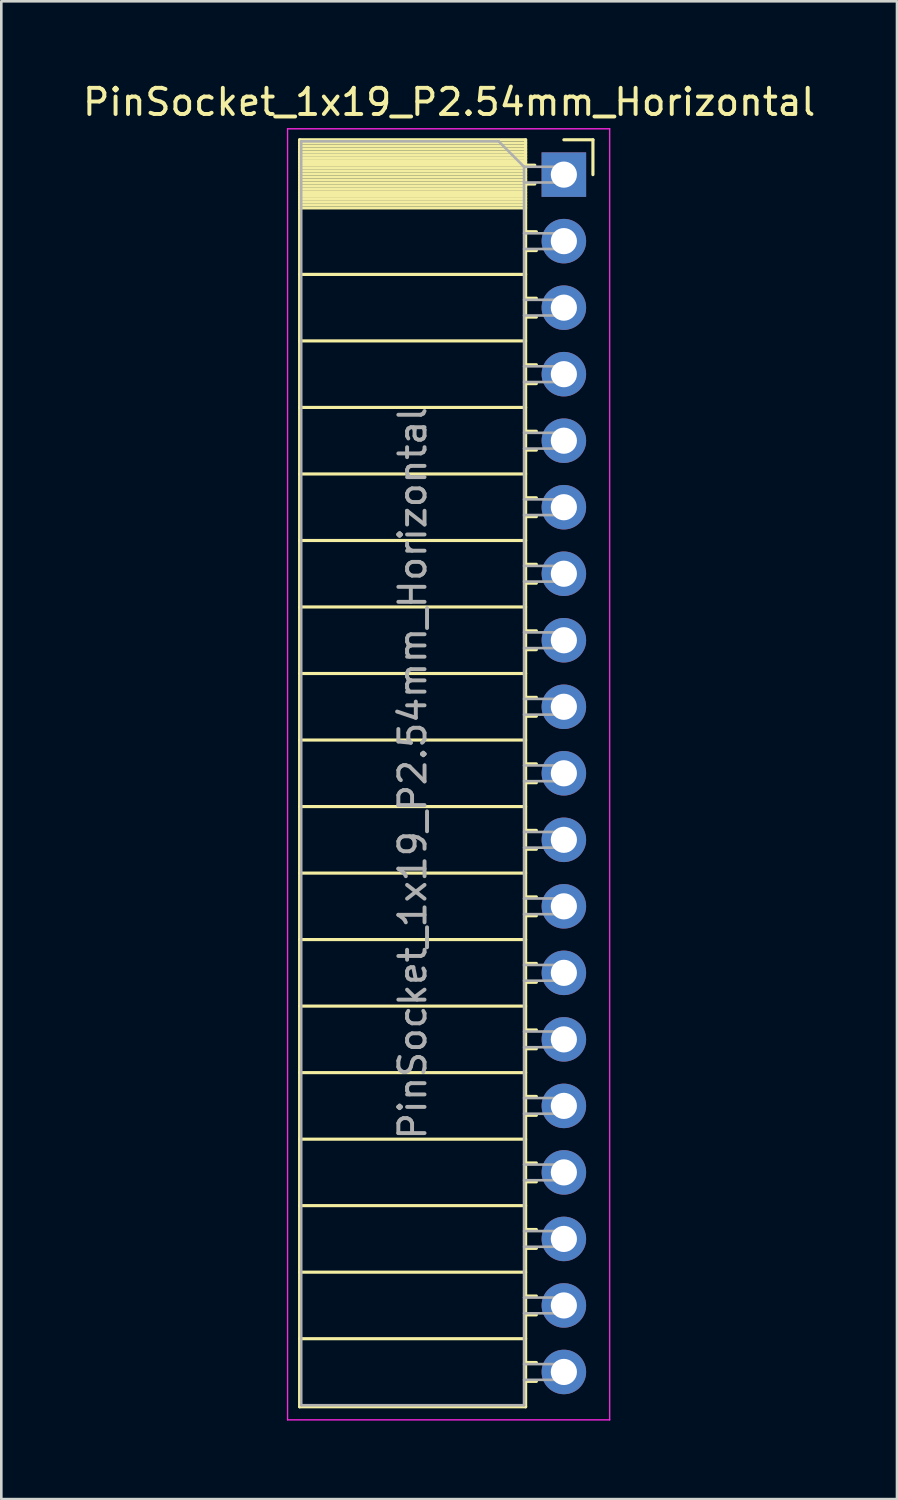
<source format=kicad_pcb>
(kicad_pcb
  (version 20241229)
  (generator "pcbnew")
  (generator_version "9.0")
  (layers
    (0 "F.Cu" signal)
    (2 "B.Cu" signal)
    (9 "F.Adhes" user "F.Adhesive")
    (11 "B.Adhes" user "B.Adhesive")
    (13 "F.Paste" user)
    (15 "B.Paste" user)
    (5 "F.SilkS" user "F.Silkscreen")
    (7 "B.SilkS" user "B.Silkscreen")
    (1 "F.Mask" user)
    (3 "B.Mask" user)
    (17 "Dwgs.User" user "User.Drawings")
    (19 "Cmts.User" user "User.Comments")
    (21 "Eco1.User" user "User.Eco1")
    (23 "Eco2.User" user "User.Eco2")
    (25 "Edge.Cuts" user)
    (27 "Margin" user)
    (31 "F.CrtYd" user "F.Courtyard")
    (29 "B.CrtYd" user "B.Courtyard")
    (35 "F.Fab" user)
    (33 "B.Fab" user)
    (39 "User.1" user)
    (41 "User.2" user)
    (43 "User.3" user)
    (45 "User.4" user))
  (footprint "PinSocket_1x19_P2.54mm_Horizontal"
    (layer "F.Cu")
    (at 18.481 3.618)
    (property "Reference" "PinSocket_1x19_P2.54mm_Horizontal" (at -4.38 -2.77 0) (layer "F.SilkS") (effects (font (size 1 1) (thickness 0.15))))
    (attr through_hole)
    (fp_line (start -10.09 -1.33) (end -10.09 47.05) (stroke (width 0.12) (type solid)) (layer "F.SilkS"))
    (fp_line (start -10.09 -1.33) (end -1.46 -1.33) (stroke (width 0.12) (type solid)) (layer "F.SilkS"))
    (fp_line (start -10.09 -1.21) (end -1.46 -1.21) (stroke (width 0.12) (type solid)) (layer "F.SilkS"))
    (fp_line (start -10.09 -1.092) (end -1.46 -1.092) (stroke (width 0.12) (type solid)) (layer "F.SilkS"))
    (fp_line (start -10.09 -0.974) (end -1.46 -0.974) (stroke (width 0.12) (type solid)) (layer "F.SilkS"))
    (fp_line (start -10.09 -0.856) (end -1.46 -0.856) (stroke (width 0.12) (type solid)) (layer "F.SilkS"))
    (fp_line (start -10.09 -0.738) (end -1.46 -0.738) (stroke (width 0.12) (type solid)) (layer "F.SilkS"))
    (fp_line (start -10.09 -0.62) (end -1.46 -0.62) (stroke (width 0.12) (type solid)) (layer "F.SilkS"))
    (fp_line (start -10.09 -0.501) (end -1.46 -0.501) (stroke (width 0.12) (type solid)) (layer "F.SilkS"))
    (fp_line (start -10.09 -0.383) (end -1.46 -0.383) (stroke (width 0.12) (type solid)) (layer "F.SilkS"))
    (fp_line (start -10.09 -0.265) (end -1.46 -0.265) (stroke (width 0.12) (type solid)) (layer "F.SilkS"))
    (fp_line (start -10.09 -0.147) (end -1.46 -0.147) (stroke (width 0.12) (type solid)) (layer "F.SilkS"))
    (fp_line (start -10.09 -0.029) (end -1.46 -0.029) (stroke (width 0.12) (type solid)) (layer "F.SilkS"))
    (fp_line (start -10.09 0.089) (end -1.46 0.089) (stroke (width 0.12) (type solid)) (layer "F.SilkS"))
    (fp_line (start -10.09 0.207) (end -1.46 0.207) (stroke (width 0.12) (type solid)) (layer "F.SilkS"))
    (fp_line (start -10.09 0.325) (end -1.46 0.325) (stroke (width 0.12) (type solid)) (layer "F.SilkS"))
    (fp_line (start -10.09 0.443) (end -1.46 0.443) (stroke (width 0.12) (type solid)) (layer "F.SilkS"))
    (fp_line (start -10.09 0.561) (end -1.46 0.561) (stroke (width 0.12) (type solid)) (layer "F.SilkS"))
    (fp_line (start -10.09 0.68) (end -1.46 0.68) (stroke (width 0.12) (type solid)) (layer "F.SilkS"))
    (fp_line (start -10.09 0.798) (end -1.46 0.798) (stroke (width 0.12) (type solid)) (layer "F.SilkS"))
    (fp_line (start -10.09 0.916) (end -1.46 0.916) (stroke (width 0.12) (type solid)) (layer "F.SilkS"))
    (fp_line (start -10.09 1.034) (end -1.46 1.034) (stroke (width 0.12) (type solid)) (layer "F.SilkS"))
    (fp_line (start -10.09 1.152) (end -1.46 1.152) (stroke (width 0.12) (type solid)) (layer "F.SilkS"))
    (fp_line (start -10.09 1.27) (end -1.46 1.27) (stroke (width 0.12) (type solid)) (layer "F.SilkS"))
    (fp_line (start -10.09 3.81) (end -1.46 3.81) (stroke (width 0.12) (type solid)) (layer "F.SilkS"))
    (fp_line (start -10.09 6.35) (end -1.46 6.35) (stroke (width 0.12) (type solid)) (layer "F.SilkS"))
    (fp_line (start -10.09 8.89) (end -1.46 8.89) (stroke (width 0.12) (type solid)) (layer "F.SilkS"))
    (fp_line (start -10.09 11.43) (end -1.46 11.43) (stroke (width 0.12) (type solid)) (layer "F.SilkS"))
    (fp_line (start -10.09 13.97) (end -1.46 13.97) (stroke (width 0.12) (type solid)) (layer "F.SilkS"))
    (fp_line (start -10.09 16.51) (end -1.46 16.51) (stroke (width 0.12) (type solid)) (layer "F.SilkS"))
    (fp_line (start -10.09 19.05) (end -1.46 19.05) (stroke (width 0.12) (type solid)) (layer "F.SilkS"))
    (fp_line (start -10.09 21.59) (end -1.46 21.59) (stroke (width 0.12) (type solid)) (layer "F.SilkS"))
    (fp_line (start -10.09 24.13) (end -1.46 24.13) (stroke (width 0.12) (type solid)) (layer "F.SilkS"))
    (fp_line (start -10.09 26.67) (end -1.46 26.67) (stroke (width 0.12) (type solid)) (layer "F.SilkS"))
    (fp_line (start -10.09 29.21) (end -1.46 29.21) (stroke (width 0.12) (type solid)) (layer "F.SilkS"))
    (fp_line (start -10.09 31.75) (end -1.46 31.75) (stroke (width 0.12) (type solid)) (layer "F.SilkS"))
    (fp_line (start -10.09 34.29) (end -1.46 34.29) (stroke (width 0.12) (type solid)) (layer "F.SilkS"))
    (fp_line (start -10.09 36.83) (end -1.46 36.83) (stroke (width 0.12) (type solid)) (layer "F.SilkS"))
    (fp_line (start -10.09 39.37) (end -1.46 39.37) (stroke (width 0.12) (type solid)) (layer "F.SilkS"))
    (fp_line (start -10.09 41.91) (end -1.46 41.91) (stroke (width 0.12) (type solid)) (layer "F.SilkS"))
    (fp_line (start -10.09 44.45) (end -1.46 44.45) (stroke (width 0.12) (type solid)) (layer "F.SilkS"))
    (fp_line (start -10.09 47.05) (end -1.46 47.05) (stroke (width 0.12) (type solid)) (layer "F.SilkS"))
    (fp_line (start -1.46 -1.33) (end -1.46 47.05) (stroke (width 0.12) (type solid)) (layer "F.SilkS"))
    (fp_line (start -1.46 -0.36) (end -1.11 -0.36) (stroke (width 0.12) (type solid)) (layer "F.SilkS"))
    (fp_line (start -1.46 0.36) (end -1.11 0.36) (stroke (width 0.12) (type solid)) (layer "F.SilkS"))
    (fp_line (start -1.46 2.18) (end -1.05 2.18) (stroke (width 0.12) (type solid)) (layer "F.SilkS"))
    (fp_line (start -1.46 2.9) (end -1.05 2.9) (stroke (width 0.12) (type solid)) (layer "F.SilkS"))
    (fp_line (start -1.46 4.72) (end -1.05 4.72) (stroke (width 0.12) (type solid)) (layer "F.SilkS"))
    (fp_line (start -1.46 5.44) (end -1.05 5.44) (stroke (width 0.12) (type solid)) (layer "F.SilkS"))
    (fp_line (start -1.46 7.26) (end -1.05 7.26) (stroke (width 0.12) (type solid)) (layer "F.SilkS"))
    (fp_line (start -1.46 7.98) (end -1.05 7.98) (stroke (width 0.12) (type solid)) (layer "F.SilkS"))
    (fp_line (start -1.46 9.8) (end -1.05 9.8) (stroke (width 0.12) (type solid)) (layer "F.SilkS"))
    (fp_line (start -1.46 10.52) (end -1.05 10.52) (stroke (width 0.12) (type solid)) (layer "F.SilkS"))
    (fp_line (start -1.46 12.34) (end -1.05 12.34) (stroke (width 0.12) (type solid)) (layer "F.SilkS"))
    (fp_line (start -1.46 13.06) (end -1.05 13.06) (stroke (width 0.12) (type solid)) (layer "F.SilkS"))
    (fp_line (start -1.46 14.88) (end -1.05 14.88) (stroke (width 0.12) (type solid)) (layer "F.SilkS"))
    (fp_line (start -1.46 15.6) (end -1.05 15.6) (stroke (width 0.12) (type solid)) (layer "F.SilkS"))
    (fp_line (start -1.46 17.42) (end -1.05 17.42) (stroke (width 0.12) (type solid)) (layer "F.SilkS"))
    (fp_line (start -1.46 18.14) (end -1.05 18.14) (stroke (width 0.12) (type solid)) (layer "F.SilkS"))
    (fp_line (start -1.46 19.96) (end -1.05 19.96) (stroke (width 0.12) (type solid)) (layer "F.SilkS"))
    (fp_line (start -1.46 20.68) (end -1.05 20.68) (stroke (width 0.12) (type solid)) (layer "F.SilkS"))
    (fp_line (start -1.46 22.5) (end -1.05 22.5) (stroke (width 0.12) (type solid)) (layer "F.SilkS"))
    (fp_line (start -1.46 23.22) (end -1.05 23.22) (stroke (width 0.12) (type solid)) (layer "F.SilkS"))
    (fp_line (start -1.46 25.04) (end -1.05 25.04) (stroke (width 0.12) (type solid)) (layer "F.SilkS"))
    (fp_line (start -1.46 25.76) (end -1.05 25.76) (stroke (width 0.12) (type solid)) (layer "F.SilkS"))
    (fp_line (start -1.46 27.58) (end -1.05 27.58) (stroke (width 0.12) (type solid)) (layer "F.SilkS"))
    (fp_line (start -1.46 28.3) (end -1.05 28.3) (stroke (width 0.12) (type solid)) (layer "F.SilkS"))
    (fp_line (start -1.46 30.12) (end -1.05 30.12) (stroke (width 0.12) (type solid)) (layer "F.SilkS"))
    (fp_line (start -1.46 30.84) (end -1.05 30.84) (stroke (width 0.12) (type solid)) (layer "F.SilkS"))
    (fp_line (start -1.46 32.66) (end -1.05 32.66) (stroke (width 0.12) (type solid)) (layer "F.SilkS"))
    (fp_line (start -1.46 33.38) (end -1.05 33.38) (stroke (width 0.12) (type solid)) (layer "F.SilkS"))
    (fp_line (start -1.46 35.2) (end -1.05 35.2) (stroke (width 0.12) (type solid)) (layer "F.SilkS"))
    (fp_line (start -1.46 35.92) (end -1.05 35.92) (stroke (width 0.12) (type solid)) (layer "F.SilkS"))
    (fp_line (start -1.46 37.74) (end -1.05 37.74) (stroke (width 0.12) (type solid)) (layer "F.SilkS"))
    (fp_line (start -1.46 38.46) (end -1.05 38.46) (stroke (width 0.12) (type solid)) (layer "F.SilkS"))
    (fp_line (start -1.46 40.28) (end -1.05 40.28) (stroke (width 0.12) (type solid)) (layer "F.SilkS"))
    (fp_line (start -1.46 41) (end -1.05 41) (stroke (width 0.12) (type solid)) (layer "F.SilkS"))
    (fp_line (start -1.46 42.82) (end -1.05 42.82) (stroke (width 0.12) (type solid)) (layer "F.SilkS"))
    (fp_line (start -1.46 43.54) (end -1.05 43.54) (stroke (width 0.12) (type solid)) (layer "F.SilkS"))
    (fp_line (start -1.46 45.36) (end -1.05 45.36) (stroke (width 0.12) (type solid)) (layer "F.SilkS"))
    (fp_line (start -1.46 46.08) (end -1.05 46.08) (stroke (width 0.12) (type solid)) (layer "F.SilkS"))
    (fp_line (start 0 -1.33) (end 1.11 -1.33) (stroke (width 0.12) (type solid)) (layer "F.SilkS"))
    (fp_line (start 1.11 -1.33) (end 1.11 0) (stroke (width 0.12) (type solid)) (layer "F.SilkS"))
    (fp_line (start -10.55 -1.75) (end -10.55 47.55) (stroke (width 0.05) (type solid)) (layer "F.CrtYd"))
    (fp_line (start -10.55 47.55) (end 1.75 47.55) (stroke (width 0.05) (type solid)) (layer "F.CrtYd"))
    (fp_line (start 1.75 -1.75) (end -10.55 -1.75) (stroke (width 0.05) (type solid)) (layer "F.CrtYd"))
    (fp_line (start 1.75 47.55) (end 1.75 -1.75) (stroke (width 0.05) (type solid)) (layer "F.CrtYd"))
    (fp_line (start -10.03 -1.27) (end -2.49 -1.27) (stroke (width 0.1) (type solid)) (layer "F.Fab"))
    (fp_line (start -10.03 46.99) (end -10.03 -1.27) (stroke (width 0.1) (type solid)) (layer "F.Fab"))
    (fp_line (start -2.49 -1.27) (end -1.52 -0.3) (stroke (width 0.1) (type solid)) (layer "F.Fab"))
    (fp_line (start -1.52 -0.3) (end -1.52 46.99) (stroke (width 0.1) (type solid)) (layer "F.Fab"))
    (fp_line (start -1.52 0.3) (end 0 0.3) (stroke (width 0.1) (type solid)) (layer "F.Fab"))
    (fp_line (start -1.52 2.84) (end 0 2.84) (stroke (width 0.1) (type solid)) (layer "F.Fab"))
    (fp_line (start -1.52 5.38) (end 0 5.38) (stroke (width 0.1) (type solid)) (layer "F.Fab"))
    (fp_line (start -1.52 7.92) (end 0 7.92) (stroke (width 0.1) (type solid)) (layer "F.Fab"))
    (fp_line (start -1.52 10.46) (end 0 10.46) (stroke (width 0.1) (type solid)) (layer "F.Fab"))
    (fp_line (start -1.52 13) (end 0 13) (stroke (width 0.1) (type solid)) (layer "F.Fab"))
    (fp_line (start -1.52 15.54) (end 0 15.54) (stroke (width 0.1) (type solid)) (layer "F.Fab"))
    (fp_line (start -1.52 18.08) (end 0 18.08) (stroke (width 0.1) (type solid)) (layer "F.Fab"))
    (fp_line (start -1.52 20.62) (end 0 20.62) (stroke (width 0.1) (type solid)) (layer "F.Fab"))
    (fp_line (start -1.52 23.16) (end 0 23.16) (stroke (width 0.1) (type solid)) (layer "F.Fab"))
    (fp_line (start -1.52 25.7) (end 0 25.7) (stroke (width 0.1) (type solid)) (layer "F.Fab"))
    (fp_line (start -1.52 28.24) (end 0 28.24) (stroke (width 0.1) (type solid)) (layer "F.Fab"))
    (fp_line (start -1.52 30.78) (end 0 30.78) (stroke (width 0.1) (type solid)) (layer "F.Fab"))
    (fp_line (start -1.52 33.32) (end 0 33.32) (stroke (width 0.1) (type solid)) (layer "F.Fab"))
    (fp_line (start -1.52 35.86) (end 0 35.86) (stroke (width 0.1) (type solid)) (layer "F.Fab"))
    (fp_line (start -1.52 38.4) (end 0 38.4) (stroke (width 0.1) (type solid)) (layer "F.Fab"))
    (fp_line (start -1.52 40.94) (end 0 40.94) (stroke (width 0.1) (type solid)) (layer "F.Fab"))
    (fp_line (start -1.52 43.48) (end 0 43.48) (stroke (width 0.1) (type solid)) (layer "F.Fab"))
    (fp_line (start -1.52 46.02) (end 0 46.02) (stroke (width 0.1) (type solid)) (layer "F.Fab"))
    (fp_line (start -1.52 46.99) (end -10.03 46.99) (stroke (width 0.1) (type solid)) (layer "F.Fab"))
    (fp_line (start 0 -0.3) (end -1.52 -0.3) (stroke (width 0.1) (type solid)) (layer "F.Fab"))
    (fp_line (start 0 0.3) (end 0 -0.3) (stroke (width 0.1) (type solid)) (layer "F.Fab"))
    (fp_line (start 0 2.24) (end -1.52 2.24) (stroke (width 0.1) (type solid)) (layer "F.Fab"))
    (fp_line (start 0 2.84) (end 0 2.24) (stroke (width 0.1) (type solid)) (layer "F.Fab"))
    (fp_line (start 0 4.78) (end -1.52 4.78) (stroke (width 0.1) (type solid)) (layer "F.Fab"))
    (fp_line (start 0 5.38) (end 0 4.78) (stroke (width 0.1) (type solid)) (layer "F.Fab"))
    (fp_line (start 0 7.32) (end -1.52 7.32) (stroke (width 0.1) (type solid)) (layer "F.Fab"))
    (fp_line (start 0 7.92) (end 0 7.32) (stroke (width 0.1) (type solid)) (layer "F.Fab"))
    (fp_line (start 0 9.86) (end -1.52 9.86) (stroke (width 0.1) (type solid)) (layer "F.Fab"))
    (fp_line (start 0 10.46) (end 0 9.86) (stroke (width 0.1) (type solid)) (layer "F.Fab"))
    (fp_line (start 0 12.4) (end -1.52 12.4) (stroke (width 0.1) (type solid)) (layer "F.Fab"))
    (fp_line (start 0 13) (end 0 12.4) (stroke (width 0.1) (type solid)) (layer "F.Fab"))
    (fp_line (start 0 14.94) (end -1.52 14.94) (stroke (width 0.1) (type solid)) (layer "F.Fab"))
    (fp_line (start 0 15.54) (end 0 14.94) (stroke (width 0.1) (type solid)) (layer "F.Fab"))
    (fp_line (start 0 17.48) (end -1.52 17.48) (stroke (width 0.1) (type solid)) (layer "F.Fab"))
    (fp_line (start 0 18.08) (end 0 17.48) (stroke (width 0.1) (type solid)) (layer "F.Fab"))
    (fp_line (start 0 20.02) (end -1.52 20.02) (stroke (width 0.1) (type solid)) (layer "F.Fab"))
    (fp_line (start 0 20.62) (end 0 20.02) (stroke (width 0.1) (type solid)) (layer "F.Fab"))
    (fp_line (start 0 22.56) (end -1.52 22.56) (stroke (width 0.1) (type solid)) (layer "F.Fab"))
    (fp_line (start 0 23.16) (end 0 22.56) (stroke (width 0.1) (type solid)) (layer "F.Fab"))
    (fp_line (start 0 25.1) (end -1.52 25.1) (stroke (width 0.1) (type solid)) (layer "F.Fab"))
    (fp_line (start 0 25.7) (end 0 25.1) (stroke (width 0.1) (type solid)) (layer "F.Fab"))
    (fp_line (start 0 27.64) (end -1.52 27.64) (stroke (width 0.1) (type solid)) (layer "F.Fab"))
    (fp_line (start 0 28.24) (end 0 27.64) (stroke (width 0.1) (type solid)) (layer "F.Fab"))
    (fp_line (start 0 30.18) (end -1.52 30.18) (stroke (width 0.1) (type solid)) (layer "F.Fab"))
    (fp_line (start 0 30.78) (end 0 30.18) (stroke (width 0.1) (type solid)) (layer "F.Fab"))
    (fp_line (start 0 32.72) (end -1.52 32.72) (stroke (width 0.1) (type solid)) (layer "F.Fab"))
    (fp_line (start 0 33.32) (end 0 32.72) (stroke (width 0.1) (type solid)) (layer "F.Fab"))
    (fp_line (start 0 35.26) (end -1.52 35.26) (stroke (width 0.1) (type solid)) (layer "F.Fab"))
    (fp_line (start 0 35.86) (end 0 35.26) (stroke (width 0.1) (type solid)) (layer "F.Fab"))
    (fp_line (start 0 37.8) (end -1.52 37.8) (stroke (width 0.1) (type solid)) (layer "F.Fab"))
    (fp_line (start 0 38.4) (end 0 37.8) (stroke (width 0.1) (type solid)) (layer "F.Fab"))
    (fp_line (start 0 40.34) (end -1.52 40.34) (stroke (width 0.1) (type solid)) (layer "F.Fab"))
    (fp_line (start 0 40.94) (end 0 40.34) (stroke (width 0.1) (type solid)) (layer "F.Fab"))
    (fp_line (start 0 42.88) (end -1.52 42.88) (stroke (width 0.1) (type solid)) (layer "F.Fab"))
    (fp_line (start 0 43.48) (end 0 42.88) (stroke (width 0.1) (type solid)) (layer "F.Fab"))
    (fp_line (start 0 45.42) (end -1.52 45.42) (stroke (width 0.1) (type solid)) (layer "F.Fab"))
    (fp_line (start 0 46.02) (end 0 45.42) (stroke (width 0.1) (type solid)) (layer "F.Fab"))
    (fp_text user "${REFERENCE}" (at -5.775 22.86 90) (layer "F.Fab") (effects (font (size 1 1) (thickness 0.15))))
    (pad "1" thru_hole rect (at 0 0) (size 1.7 1.7) (drill 1) (layers "*.Cu" "*.Mask"))
    (pad "2" thru_hole circle (at 0 2.54) (size 1.7 1.7) (drill 1) (layers "*.Cu" "*.Mask"))
    (pad "3" thru_hole circle (at 0 5.08) (size 1.7 1.7) (drill 1) (layers "*.Cu" "*.Mask"))
    (pad "4" thru_hole circle (at 0 7.62) (size 1.7 1.7) (drill 1) (layers "*.Cu" "*.Mask"))
    (pad "5" thru_hole circle (at 0 10.16) (size 1.7 1.7) (drill 1) (layers "*.Cu" "*.Mask"))
    (pad "6" thru_hole circle (at 0 12.7) (size 1.7 1.7) (drill 1) (layers "*.Cu" "*.Mask"))
    (pad "7" thru_hole circle (at 0 15.24) (size 1.7 1.7) (drill 1) (layers "*.Cu" "*.Mask"))
    (pad "8" thru_hole circle (at 0 17.78) (size 1.7 1.7) (drill 1) (layers "*.Cu" "*.Mask"))
    (pad "9" thru_hole circle (at 0 20.32) (size 1.7 1.7) (drill 1) (layers "*.Cu" "*.Mask"))
    (pad "10" thru_hole circle (at 0 22.86) (size 1.7 1.7) (drill 1) (layers "*.Cu" "*.Mask"))
    (pad "11" thru_hole circle (at 0 25.4) (size 1.7 1.7) (drill 1) (layers "*.Cu" "*.Mask"))
    (pad "12" thru_hole circle (at 0 27.94) (size 1.7 1.7) (drill 1) (layers "*.Cu" "*.Mask"))
    (pad "13" thru_hole circle (at 0 30.48) (size 1.7 1.7) (drill 1) (layers "*.Cu" "*.Mask"))
    (pad "14" thru_hole circle (at 0 33.02) (size 1.7 1.7) (drill 1) (layers "*.Cu" "*.Mask"))
    (pad "15" thru_hole circle (at 0 35.56) (size 1.7 1.7) (drill 1) (layers "*.Cu" "*.Mask"))
    (pad "16" thru_hole circle (at 0 38.1) (size 1.7 1.7) (drill 1) (layers "*.Cu" "*.Mask"))
    (pad "17" thru_hole circle (at 0 40.64) (size 1.7 1.7) (drill 1) (layers "*.Cu" "*.Mask"))
    (pad "18" thru_hole circle (at 0 43.18) (size 1.7 1.7) (drill 1) (layers "*.Cu" "*.Mask"))
    (pad "19" thru_hole circle (at 0 45.72) (size 1.7 1.7) (drill 1) (layers "*.Cu" "*.Mask")))
  (gr_rect
    (start -3 -3)
    (end 31.202 54.193)
    (stroke (width 0.1) (type default))
    (fill no)
    (layer "Edge.Cuts")))
</source>
